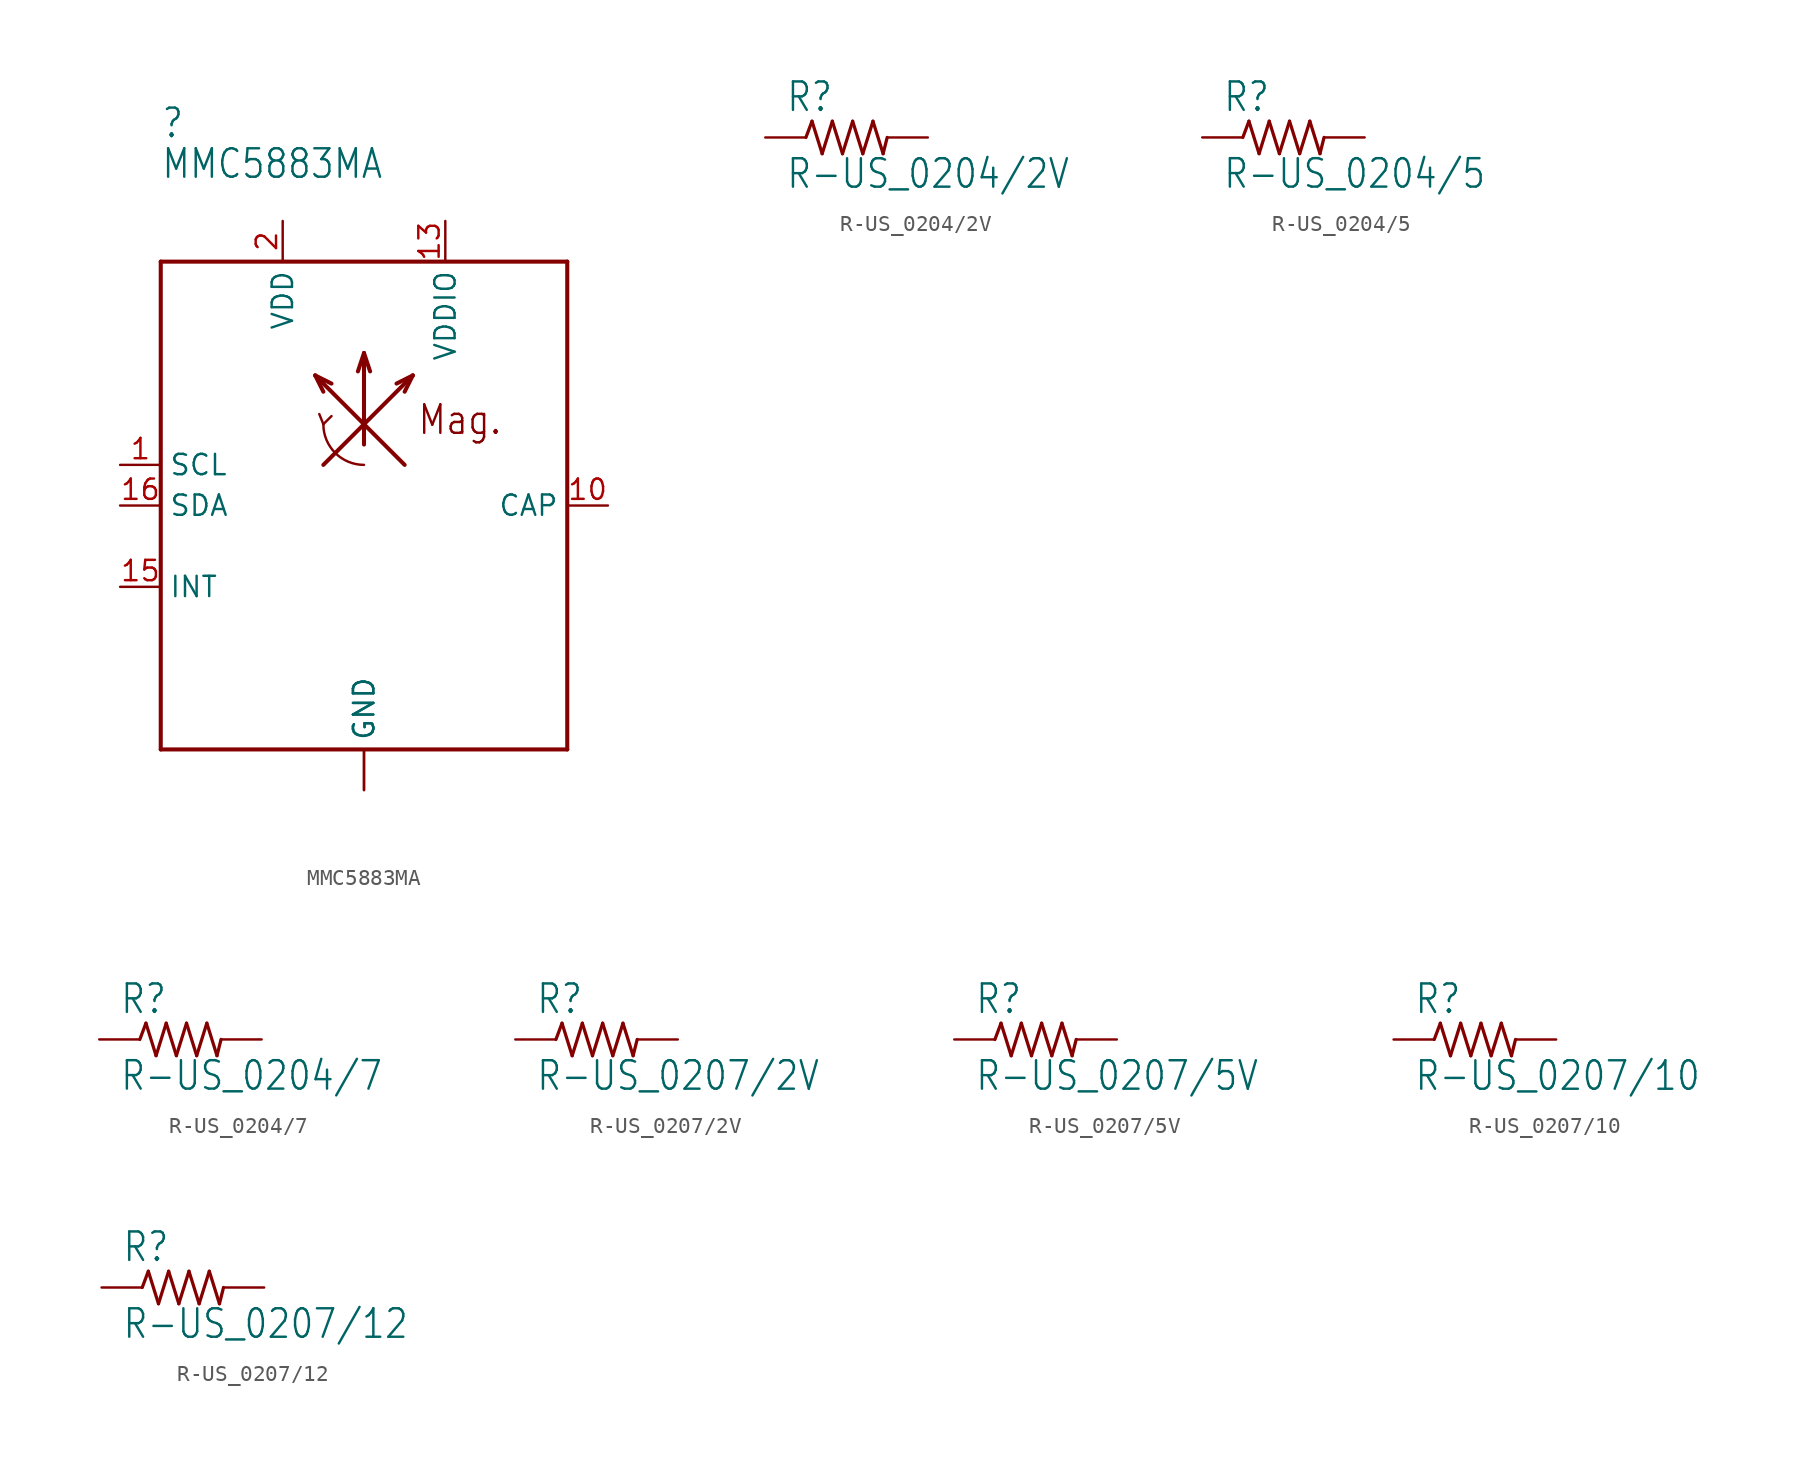
<source format=kicad_sym>
(kicad_symbol_lib
  (version 20220914)
  (generator kicad_symbol_editor)
  (symbol "MMC5883MA"
    (property "Reference" ""
      (at -12.7 22.86 0)
      (effects (font (size 1.778 1.511)) (justify left bottom)))
    (property "Value" "MMC5883MA"
      (at -12.7 20.32 0)
      (effects (font (size 1.778 1.511)) (justify left bottom)))
    (property "ki_locked" ""
      (at 0 0 0)
      (effects (font (size 1.27 1.27))))
    (symbol "MMC5883MA_1_0"
      (arc (start -2.54 5.08) (mid -1.7961 3.2839) (end 0 2.54) (stroke (width 0.1524) (type default)) (fill (type none)))
      (polyline (pts (xy -12.7 -15.24) (xy 12.7 -15.24)) (stroke (width 0.254) (type default)) (fill (type none)))
      (polyline (pts (xy -12.7 15.24) (xy -12.7 -15.24)) (stroke (width 0.254) (type default)) (fill (type none)))
      (polyline (pts (xy -3.048 8.128) (xy -2.54 7.112)) (stroke (width 0.254) (type default)) (fill (type none)))
      (polyline (pts (xy -3.048 8.128) (xy -2.032 7.62)) (stroke (width 0.254) (type default)) (fill (type none)))
      (polyline (pts (xy -3.048 8.128) (xy 2.54 2.54)) (stroke (width 0.254) (type default)) (fill (type none)))
      (polyline (pts (xy -2.54 2.54) (xy 3.048 8.128)) (stroke (width 0.254) (type default)) (fill (type none)))
      (polyline (pts (xy -2.54 5.08) (xy -2.794 5.715)) (stroke (width 0.152) (type default)) (fill (type none)))
      (polyline (pts (xy -2.54 5.08) (xy -2.032 5.588)) (stroke (width 0.152) (type default)) (fill (type none)))
      (polyline (pts (xy 0 3.81) (xy 0 9.525)) (stroke (width 0.254) (type default)) (fill (type none)))
      (polyline (pts (xy 0 9.525) (xy -0.381 8.382)) (stroke (width 0.254) (type default)) (fill (type none)))
      (polyline (pts (xy 0 9.525) (xy 0.381 8.382)) (stroke (width 0.254) (type default)) (fill (type none)))
      (polyline (pts (xy 3.048 8.128) (xy 2.032 7.62)) (stroke (width 0.254) (type default)) (fill (type none)))
      (polyline (pts (xy 3.048 8.128) (xy 2.54 7.112)) (stroke (width 0.254) (type default)) (fill (type none)))
      (polyline (pts (xy 12.7 -15.24) (xy 12.7 15.24)) (stroke (width 0.254) (type default)) (fill (type none)))
      (polyline (pts (xy 12.7 15.24) (xy -12.7 15.24)) (stroke (width 0.254) (type default)) (fill (type none)))
      (text "Mag." (at 3.302 4.318 0) (effects (font (size 1.778 1.511)) (justify left bottom)))
      (pin input line (at -15.24 2.54 0) (length 2.54) (name "SCL" (effects (font (size 1.27 1.27)))) (number "1" (effects (font (size 1.27 1.27)))))
      (pin power_in line (at 15.24 0 180) (length 2.54) (name "CAP" (effects (font (size 1.27 1.27)))) (number "10" (effects (font (size 1.27 1.27)))))
      (pin power_in line (at 0 -17.78 90) (length 2.54) (name "GND" (effects (font (size 1.27 1.27)))) (number "11" (effects (font (size 0 0)))))
      (pin power_in line (at 5.08 17.78 270) (length 2.54) (name "VDDIO" (effects (font (size 1.27 1.27)))) (number "13" (effects (font (size 1.27 1.27)))))
      (pin output line (at -15.24 -5.08 0) (length 2.54) (name "INT" (effects (font (size 1.27 1.27)))) (number "15" (effects (font (size 1.27 1.27)))))
      (pin bidirectional line (at -15.24 0 0) (length 2.54) (name "SDA" (effects (font (size 1.27 1.27)))) (number "16" (effects (font (size 1.27 1.27)))))
      (pin power_in line (at -5.08 17.78 270) (length 2.54) (name "VDD" (effects (font (size 1.27 1.27)))) (number "2" (effects (font (size 1.27 1.27)))))
      (pin power_in line (at 0 -17.78 90) (length 2.54) (name "GND" (effects (font (size 1.27 1.27)))) (number "9" (effects (font (size 0 0))))))
    (symbol "MMC5883MA_1_1"
      (pin no_connect line (at 12.7 -11.43 180) (length 2.54) hide (name "NC" (effects (font (size 1.27 1.27)))) (number "12" (effects (font (size 1.27 1.27)))))
      (pin no_connect line (at 12.7 -12.7 180) (length 2.54) hide (name "NC" (effects (font (size 1.27 1.27)))) (number "14" (effects (font (size 1.27 1.27)))))
      (pin no_connect line (at 12.7 -3.81 180) (length 2.54) hide (name "NC" (effects (font (size 1.27 1.27)))) (number "3" (effects (font (size 1.27 1.27)))))
      (pin no_connect line (at 12.7 -5.08 180) (length 2.54) hide (name "NC" (effects (font (size 1.27 1.27)))) (number "4" (effects (font (size 1.27 1.27)))))
      (pin no_connect line (at 12.7 -6.35 180) (length 2.54) hide (name "NC" (effects (font (size 1.27 1.27)))) (number "5" (effects (font (size 1.27 1.27)))))
      (pin no_connect line (at 12.7 -7.62 180) (length 2.54) hide (name "NC" (effects (font (size 1.27 1.27)))) (number "6" (effects (font (size 1.27 1.27)))))
      (pin no_connect line (at 12.7 -8.89 180) (length 2.54) hide (name "NC" (effects (font (size 1.27 1.27)))) (number "7" (effects (font (size 1.27 1.27)))))
      (pin no_connect line (at 12.7 -10.16 180) (length 2.54) hide (name "NC" (effects (font (size 1.27 1.27)))) (number "8" (effects (font (size 1.27 1.27)))))))
  (symbol "R-US_0204/2V"
    (property "Reference" "R"
      (at -3.81 1.499 0)
      (effects (font (size 1.778 1.511)) (justify left bottom)))
    (property "Value" "R-US_0204{slash}2V"
      (at -3.81 -3.302 0)
      (effects (font (size 1.778 1.511)) (justify left bottom)))
    (property "ki_locked" ""
      (at 0 0 0)
      (effects (font (size 1.27 1.27))))
    (symbol "R-US_0204/2V_1_0"
      (polyline (pts (xy -2.54 0) (xy -2.159 1.016)) (stroke (width 0.203) (type default)) (fill (type none)))
      (polyline (pts (xy -2.159 1.016) (xy -1.524 -1.016)) (stroke (width 0.203) (type default)) (fill (type none)))
      (polyline (pts (xy -1.524 -1.016) (xy -0.889 1.016)) (stroke (width 0.203) (type default)) (fill (type none)))
      (polyline (pts (xy -0.889 1.016) (xy -0.254 -1.016)) (stroke (width 0.203) (type default)) (fill (type none)))
      (polyline (pts (xy -0.254 -1.016) (xy 0.381 1.016)) (stroke (width 0.203) (type default)) (fill (type none)))
      (polyline (pts (xy 0.381 1.016) (xy 1.016 -1.016)) (stroke (width 0.203) (type default)) (fill (type none)))
      (polyline (pts (xy 1.016 -1.016) (xy 1.651 1.016)) (stroke (width 0.203) (type default)) (fill (type none)))
      (polyline (pts (xy 1.651 1.016) (xy 2.286 -1.016)) (stroke (width 0.203) (type default)) (fill (type none)))
      (polyline (pts (xy 2.286 -1.016) (xy 2.54 0)) (stroke (width 0.203) (type default)) (fill (type none)))
      (pin passive line (at -5.08 0 0) (length 2.54) (name "1" (effects (font (size 0 0)))) (number "1" (effects (font (size 0 0)))))
      (pin passive line (at 5.08 0 180) (length 2.54) (name "2" (effects (font (size 0 0)))) (number "2" (effects (font (size 0 0)))))))
  (symbol "R-US_0204/5"
    (property "Reference" "R"
      (at -3.81 1.499 0)
      (effects (font (size 1.778 1.511)) (justify left bottom)))
    (property "Value" "R-US_0204{slash}5"
      (at -3.81 -3.302 0)
      (effects (font (size 1.778 1.511)) (justify left bottom)))
    (property "ki_locked" ""
      (at 0 0 0)
      (effects (font (size 1.27 1.27))))
    (symbol "R-US_0204/5_1_0"
      (polyline (pts (xy -2.54 0) (xy -2.159 1.016)) (stroke (width 0.203) (type default)) (fill (type none)))
      (polyline (pts (xy -2.159 1.016) (xy -1.524 -1.016)) (stroke (width 0.203) (type default)) (fill (type none)))
      (polyline (pts (xy -1.524 -1.016) (xy -0.889 1.016)) (stroke (width 0.203) (type default)) (fill (type none)))
      (polyline (pts (xy -0.889 1.016) (xy -0.254 -1.016)) (stroke (width 0.203) (type default)) (fill (type none)))
      (polyline (pts (xy -0.254 -1.016) (xy 0.381 1.016)) (stroke (width 0.203) (type default)) (fill (type none)))
      (polyline (pts (xy 0.381 1.016) (xy 1.016 -1.016)) (stroke (width 0.203) (type default)) (fill (type none)))
      (polyline (pts (xy 1.016 -1.016) (xy 1.651 1.016)) (stroke (width 0.203) (type default)) (fill (type none)))
      (polyline (pts (xy 1.651 1.016) (xy 2.286 -1.016)) (stroke (width 0.203) (type default)) (fill (type none)))
      (polyline (pts (xy 2.286 -1.016) (xy 2.54 0)) (stroke (width 0.203) (type default)) (fill (type none)))
      (pin passive line (at -5.08 0 0) (length 2.54) (name "1" (effects (font (size 0 0)))) (number "1" (effects (font (size 0 0)))))
      (pin passive line (at 5.08 0 180) (length 2.54) (name "2" (effects (font (size 0 0)))) (number "2" (effects (font (size 0 0)))))))
  (symbol "R-US_0204/7"
    (property "Reference" "R"
      (at -3.81 1.499 0)
      (effects (font (size 1.778 1.511)) (justify left bottom)))
    (property "Value" "R-US_0204{slash}7"
      (at -3.81 -3.302 0)
      (effects (font (size 1.778 1.511)) (justify left bottom)))
    (property "ki_locked" ""
      (at 0 0 0)
      (effects (font (size 1.27 1.27))))
    (symbol "R-US_0204/7_1_0"
      (polyline (pts (xy -2.54 0) (xy -2.159 1.016)) (stroke (width 0.203) (type default)) (fill (type none)))
      (polyline (pts (xy -2.159 1.016) (xy -1.524 -1.016)) (stroke (width 0.203) (type default)) (fill (type none)))
      (polyline (pts (xy -1.524 -1.016) (xy -0.889 1.016)) (stroke (width 0.203) (type default)) (fill (type none)))
      (polyline (pts (xy -0.889 1.016) (xy -0.254 -1.016)) (stroke (width 0.203) (type default)) (fill (type none)))
      (polyline (pts (xy -0.254 -1.016) (xy 0.381 1.016)) (stroke (width 0.203) (type default)) (fill (type none)))
      (polyline (pts (xy 0.381 1.016) (xy 1.016 -1.016)) (stroke (width 0.203) (type default)) (fill (type none)))
      (polyline (pts (xy 1.016 -1.016) (xy 1.651 1.016)) (stroke (width 0.203) (type default)) (fill (type none)))
      (polyline (pts (xy 1.651 1.016) (xy 2.286 -1.016)) (stroke (width 0.203) (type default)) (fill (type none)))
      (polyline (pts (xy 2.286 -1.016) (xy 2.54 0)) (stroke (width 0.203) (type default)) (fill (type none)))
      (pin passive line (at -5.08 0 0) (length 2.54) (name "1" (effects (font (size 0 0)))) (number "1" (effects (font (size 0 0)))))
      (pin passive line (at 5.08 0 180) (length 2.54) (name "2" (effects (font (size 0 0)))) (number "2" (effects (font (size 0 0)))))))
  (symbol "R-US_0207/2V"
    (property "Reference" "R"
      (at -3.81 1.499 0)
      (effects (font (size 1.778 1.511)) (justify left bottom)))
    (property "Value" "R-US_0207{slash}2V"
      (at -3.81 -3.302 0)
      (effects (font (size 1.778 1.511)) (justify left bottom)))
    (property "ki_locked" ""
      (at 0 0 0)
      (effects (font (size 1.27 1.27))))
    (symbol "R-US_0207/2V_1_0"
      (polyline (pts (xy -2.54 0) (xy -2.159 1.016)) (stroke (width 0.203) (type default)) (fill (type none)))
      (polyline (pts (xy -2.159 1.016) (xy -1.524 -1.016)) (stroke (width 0.203) (type default)) (fill (type none)))
      (polyline (pts (xy -1.524 -1.016) (xy -0.889 1.016)) (stroke (width 0.203) (type default)) (fill (type none)))
      (polyline (pts (xy -0.889 1.016) (xy -0.254 -1.016)) (stroke (width 0.203) (type default)) (fill (type none)))
      (polyline (pts (xy -0.254 -1.016) (xy 0.381 1.016)) (stroke (width 0.203) (type default)) (fill (type none)))
      (polyline (pts (xy 0.381 1.016) (xy 1.016 -1.016)) (stroke (width 0.203) (type default)) (fill (type none)))
      (polyline (pts (xy 1.016 -1.016) (xy 1.651 1.016)) (stroke (width 0.203) (type default)) (fill (type none)))
      (polyline (pts (xy 1.651 1.016) (xy 2.286 -1.016)) (stroke (width 0.203) (type default)) (fill (type none)))
      (polyline (pts (xy 2.286 -1.016) (xy 2.54 0)) (stroke (width 0.203) (type default)) (fill (type none)))
      (pin passive line (at -5.08 0 0) (length 2.54) (name "1" (effects (font (size 0 0)))) (number "1" (effects (font (size 0 0)))))
      (pin passive line (at 5.08 0 180) (length 2.54) (name "2" (effects (font (size 0 0)))) (number "2" (effects (font (size 0 0)))))))
  (symbol "R-US_0207/5V"
    (property "Reference" "R"
      (at -3.81 1.499 0)
      (effects (font (size 1.778 1.511)) (justify left bottom)))
    (property "Value" "R-US_0207{slash}5V"
      (at -3.81 -3.302 0)
      (effects (font (size 1.778 1.511)) (justify left bottom)))
    (property "ki_locked" ""
      (at 0 0 0)
      (effects (font (size 1.27 1.27))))
    (symbol "R-US_0207/5V_1_0"
      (polyline (pts (xy -2.54 0) (xy -2.159 1.016)) (stroke (width 0.203) (type default)) (fill (type none)))
      (polyline (pts (xy -2.159 1.016) (xy -1.524 -1.016)) (stroke (width 0.203) (type default)) (fill (type none)))
      (polyline (pts (xy -1.524 -1.016) (xy -0.889 1.016)) (stroke (width 0.203) (type default)) (fill (type none)))
      (polyline (pts (xy -0.889 1.016) (xy -0.254 -1.016)) (stroke (width 0.203) (type default)) (fill (type none)))
      (polyline (pts (xy -0.254 -1.016) (xy 0.381 1.016)) (stroke (width 0.203) (type default)) (fill (type none)))
      (polyline (pts (xy 0.381 1.016) (xy 1.016 -1.016)) (stroke (width 0.203) (type default)) (fill (type none)))
      (polyline (pts (xy 1.016 -1.016) (xy 1.651 1.016)) (stroke (width 0.203) (type default)) (fill (type none)))
      (polyline (pts (xy 1.651 1.016) (xy 2.286 -1.016)) (stroke (width 0.203) (type default)) (fill (type none)))
      (polyline (pts (xy 2.286 -1.016) (xy 2.54 0)) (stroke (width 0.203) (type default)) (fill (type none)))
      (pin passive line (at -5.08 0 0) (length 2.54) (name "1" (effects (font (size 0 0)))) (number "1" (effects (font (size 0 0)))))
      (pin passive line (at 5.08 0 180) (length 2.54) (name "2" (effects (font (size 0 0)))) (number "2" (effects (font (size 0 0)))))))
  (symbol "R-US_0207/10"
    (property "Reference" "R"
      (at -3.81 1.499 0)
      (effects (font (size 1.778 1.511)) (justify left bottom)))
    (property "Value" "R-US_0207{slash}10"
      (at -3.81 -3.302 0)
      (effects (font (size 1.778 1.511)) (justify left bottom)))
    (property "ki_locked" ""
      (at 0 0 0)
      (effects (font (size 1.27 1.27))))
    (symbol "R-US_0207/10_1_0"
      (polyline (pts (xy -2.54 0) (xy -2.159 1.016)) (stroke (width 0.203) (type default)) (fill (type none)))
      (polyline (pts (xy -2.159 1.016) (xy -1.524 -1.016)) (stroke (width 0.203) (type default)) (fill (type none)))
      (polyline (pts (xy -1.524 -1.016) (xy -0.889 1.016)) (stroke (width 0.203) (type default)) (fill (type none)))
      (polyline (pts (xy -0.889 1.016) (xy -0.254 -1.016)) (stroke (width 0.203) (type default)) (fill (type none)))
      (polyline (pts (xy -0.254 -1.016) (xy 0.381 1.016)) (stroke (width 0.203) (type default)) (fill (type none)))
      (polyline (pts (xy 0.381 1.016) (xy 1.016 -1.016)) (stroke (width 0.203) (type default)) (fill (type none)))
      (polyline (pts (xy 1.016 -1.016) (xy 1.651 1.016)) (stroke (width 0.203) (type default)) (fill (type none)))
      (polyline (pts (xy 1.651 1.016) (xy 2.286 -1.016)) (stroke (width 0.203) (type default)) (fill (type none)))
      (polyline (pts (xy 2.286 -1.016) (xy 2.54 0)) (stroke (width 0.203) (type default)) (fill (type none)))
      (pin passive line (at -5.08 0 0) (length 2.54) (name "1" (effects (font (size 0 0)))) (number "1" (effects (font (size 0 0)))))
      (pin passive line (at 5.08 0 180) (length 2.54) (name "2" (effects (font (size 0 0)))) (number "2" (effects (font (size 0 0)))))))
  (symbol "R-US_0207/12"
    (property "Reference" "R"
      (at -3.81 1.499 0)
      (effects (font (size 1.778 1.511)) (justify left bottom)))
    (property "Value" "R-US_0207{slash}12"
      (at -3.81 -3.302 0)
      (effects (font (size 1.778 1.511)) (justify left bottom)))
    (property "ki_locked" ""
      (at 0 0 0)
      (effects (font (size 1.27 1.27))))
    (symbol "R-US_0207/12_1_0"
      (polyline (pts (xy -2.54 0) (xy -2.159 1.016)) (stroke (width 0.203) (type default)) (fill (type none)))
      (polyline (pts (xy -2.159 1.016) (xy -1.524 -1.016)) (stroke (width 0.203) (type default)) (fill (type none)))
      (polyline (pts (xy -1.524 -1.016) (xy -0.889 1.016)) (stroke (width 0.203) (type default)) (fill (type none)))
      (polyline (pts (xy -0.889 1.016) (xy -0.254 -1.016)) (stroke (width 0.203) (type default)) (fill (type none)))
      (polyline (pts (xy -0.254 -1.016) (xy 0.381 1.016)) (stroke (width 0.203) (type default)) (fill (type none)))
      (polyline (pts (xy 0.381 1.016) (xy 1.016 -1.016)) (stroke (width 0.203) (type default)) (fill (type none)))
      (polyline (pts (xy 1.016 -1.016) (xy 1.651 1.016)) (stroke (width 0.203) (type default)) (fill (type none)))
      (polyline (pts (xy 1.651 1.016) (xy 2.286 -1.016)) (stroke (width 0.203) (type default)) (fill (type none)))
      (polyline (pts (xy 2.286 -1.016) (xy 2.54 0)) (stroke (width 0.203) (type default)) (fill (type none)))
      (pin passive line (at -5.08 0 0) (length 2.54) (name "1" (effects (font (size 0 0)))) (number "1" (effects (font (size 0 0)))))
      (pin passive line (at 5.08 0 180) (length 2.54) (name "2" (effects (font (size 0 0)))) (number "2" (effects (font (size 0 0))))))))
</source>
